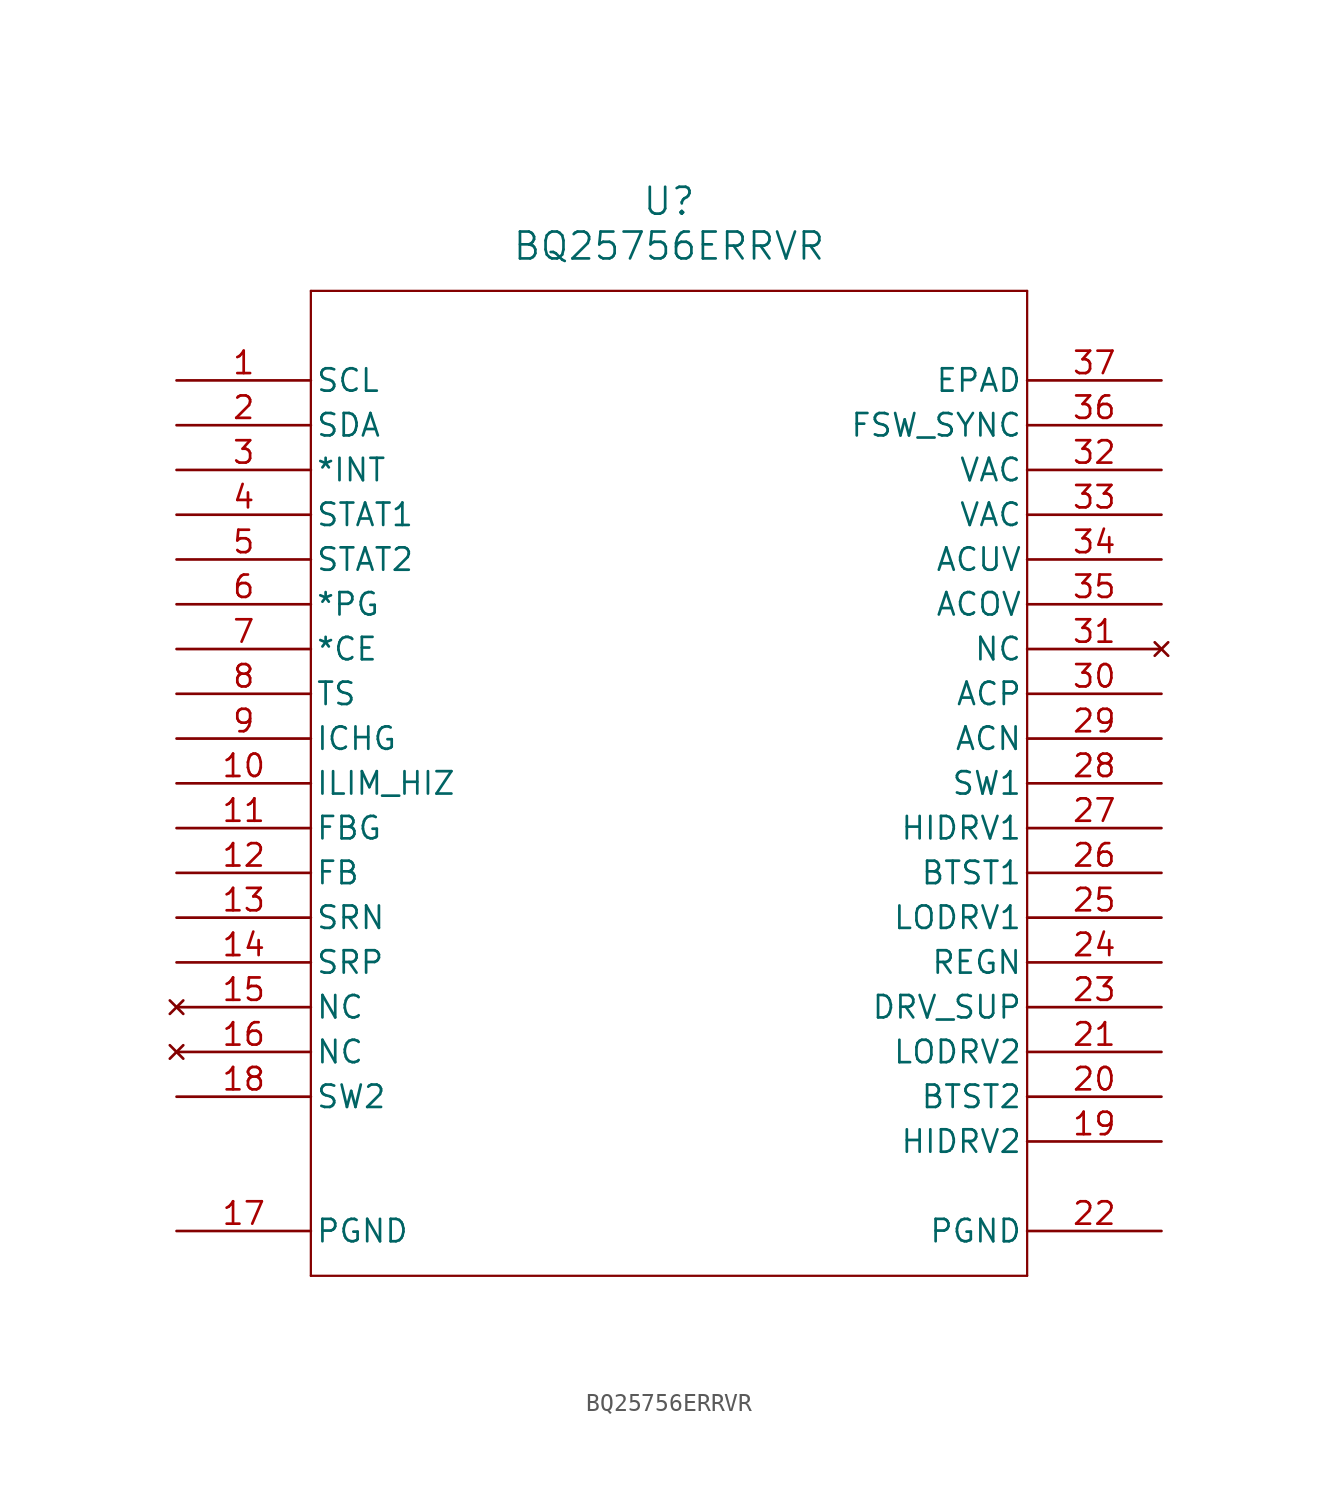
<source format=kicad_sym>
(kicad_symbol_lib
  (version 20241209)
  (generator "kicad_symbol_editor")
  (generator_version "9.0")
  (symbol "BQ25756ERRVR"
    (pin_names
      (offset 0.254))
    (property "Reference" "U"
      (at 27.94 10.16 0)
      (effects (font (size 1.524 1.524))))
    (property "Value" "BQ25756ERRVR"
      (at 27.94 7.62 0)
      (effects (font (size 1.524 1.524))))
    (property "ki_locked" ""
      (at 0 0 0)
      (effects (font (size 1.27 1.27))))
    (symbol "BQ25756ERRVR_0_1"
      (polyline (pts (xy 7.62 5.08) (xy 7.62 -50.8)) (stroke (width 0.127) (type default)) (fill (type none)))
      (polyline (pts (xy 7.62 -50.8) (xy 48.26 -50.8)) (stroke (width 0.127) (type default)) (fill (type none)))
      (polyline (pts (xy 48.26 5.08) (xy 7.62 5.08)) (stroke (width 0.127) (type default)) (fill (type none)))
      (polyline (pts (xy 48.26 -50.8) (xy 48.26 5.08)) (stroke (width 0.127) (type default)) (fill (type none)))
      (pin input line (at 0 0 0) (length 7.62) (name "SCL" (effects (font (size 1.27 1.27)))) (number "1" (effects (font (size 1.27 1.27)))))
      (pin bidirectional line (at 0 -2.54 0) (length 7.62) (name "SDA" (effects (font (size 1.27 1.27)))) (number "2" (effects (font (size 1.27 1.27)))))
      (pin output line (at 0 -5.08 0) (length 7.62) (name "*INT" (effects (font (size 1.27 1.27)))) (number "3" (effects (font (size 1.27 1.27)))))
      (pin output line (at 0 -7.62 0) (length 7.62) (name "STAT1" (effects (font (size 1.27 1.27)))) (number "4" (effects (font (size 1.27 1.27)))))
      (pin output line (at 0 -10.16 0) (length 7.62) (name "STAT2" (effects (font (size 1.27 1.27)))) (number "5" (effects (font (size 1.27 1.27)))))
      (pin output line (at 0 -12.7 0) (length 7.62) (name "*PG" (effects (font (size 1.27 1.27)))) (number "6" (effects (font (size 1.27 1.27)))))
      (pin bidirectional line (at 0 -15.24 0) (length 7.62) (name "*CE" (effects (font (size 1.27 1.27)))) (number "7" (effects (font (size 1.27 1.27)))))
      (pin input line (at 0 -17.78 0) (length 7.62) (name "TS" (effects (font (size 1.27 1.27)))) (number "8" (effects (font (size 1.27 1.27)))))
      (pin input line (at 0 -20.32 0) (length 7.62) (name "ICHG" (effects (font (size 1.27 1.27)))) (number "9" (effects (font (size 1.27 1.27)))))
      (pin input line (at 0 -22.86 0) (length 7.62) (name "ILIM_HIZ" (effects (font (size 1.27 1.27)))) (number "10" (effects (font (size 1.27 1.27)))))
      (pin input line (at 0 -25.4 0) (length 7.62) (name "FBG" (effects (font (size 1.27 1.27)))) (number "11" (effects (font (size 1.27 1.27)))))
      (pin input line (at 0 -27.94 0) (length 7.62) (name "FB" (effects (font (size 1.27 1.27)))) (number "12" (effects (font (size 1.27 1.27)))))
      (pin input line (at 0 -30.48 0) (length 7.62) (name "SRN" (effects (font (size 1.27 1.27)))) (number "13" (effects (font (size 1.27 1.27)))))
      (pin input line (at 0 -33.02 0) (length 7.62) (name "SRP" (effects (font (size 1.27 1.27)))) (number "14" (effects (font (size 1.27 1.27)))))
      (pin no_connect line (at 0 -35.56 0) (length 7.62) (name "NC" (effects (font (size 1.27 1.27)))) (number "15" (effects (font (size 1.27 1.27)))))
      (pin no_connect line (at 0 -38.1 0) (length 7.62) (name "NC" (effects (font (size 1.27 1.27)))) (number "16" (effects (font (size 1.27 1.27)))))
      (pin power_in line (at 0 -40.64 0) (length 7.62) (name "SW2" (effects (font (size 1.27 1.27)))) (number "18" (effects (font (size 1.27 1.27)))))
      (pin power_out line (at 0 -48.26 0) (length 7.62) (name "PGND" (effects (font (size 1.27 1.27)))) (number "17" (effects (font (size 1.27 1.27)))))
      (pin power_out line (at 55.88 0 180) (length 7.62) (name "EPAD" (effects (font (size 1.27 1.27)))) (number "37" (effects (font (size 1.27 1.27)))))
      (pin power_in line (at 55.88 -2.54 180) (length 7.62) (name "FSW_SYNC" (effects (font (size 1.27 1.27)))) (number "36" (effects (font (size 1.27 1.27)))))
      (pin power_in line (at 55.88 -5.08 180) (length 7.62) (name "VAC" (effects (font (size 1.27 1.27)))) (number "32" (effects (font (size 1.27 1.27)))))
      (pin input line (at 55.88 -7.62 180) (length 7.62) (name "VAC" (effects (font (size 1.27 1.27)))) (number "33" (effects (font (size 1.27 1.27)))))
      (pin input line (at 55.88 -10.16 180) (length 7.62) (name "ACUV" (effects (font (size 1.27 1.27)))) (number "34" (effects (font (size 1.27 1.27)))))
      (pin input line (at 55.88 -12.7 180) (length 7.62) (name "ACOV" (effects (font (size 1.27 1.27)))) (number "35" (effects (font (size 1.27 1.27)))))
      (pin no_connect line (at 55.88 -15.24 180) (length 7.62) (name "NC" (effects (font (size 1.27 1.27)))) (number "31" (effects (font (size 1.27 1.27)))))
      (pin input line (at 55.88 -17.78 180) (length 7.62) (name "ACP" (effects (font (size 1.27 1.27)))) (number "30" (effects (font (size 1.27 1.27)))))
      (pin input line (at 55.88 -20.32 180) (length 7.62) (name "ACN" (effects (font (size 1.27 1.27)))) (number "29" (effects (font (size 1.27 1.27)))))
      (pin power_in line (at 55.88 -22.86 180) (length 7.62) (name "SW1" (effects (font (size 1.27 1.27)))) (number "28" (effects (font (size 1.27 1.27)))))
      (pin output line (at 55.88 -25.4 180) (length 7.62) (name "HIDRV1" (effects (font (size 1.27 1.27)))) (number "27" (effects (font (size 1.27 1.27)))))
      (pin power_in line (at 55.88 -27.94 180) (length 7.62) (name "BTST1" (effects (font (size 1.27 1.27)))) (number "26" (effects (font (size 1.27 1.27)))))
      (pin output line (at 55.88 -30.48 180) (length 7.62) (name "LODRV1" (effects (font (size 1.27 1.27)))) (number "25" (effects (font (size 1.27 1.27)))))
      (pin power_in line (at 55.88 -33.02 180) (length 7.62) (name "REGN" (effects (font (size 1.27 1.27)))) (number "24" (effects (font (size 1.27 1.27)))))
      (pin power_in line (at 55.88 -35.56 180) (length 7.62) (name "DRV_SUP" (effects (font (size 1.27 1.27)))) (number "23" (effects (font (size 1.27 1.27)))))
      (pin output line (at 55.88 -38.1 180) (length 7.62) (name "LODRV2" (effects (font (size 1.27 1.27)))) (number "21" (effects (font (size 1.27 1.27)))))
      (pin power_in line (at 55.88 -40.64 180) (length 7.62) (name "BTST2" (effects (font (size 1.27 1.27)))) (number "20" (effects (font (size 1.27 1.27)))))
      (pin output line (at 55.88 -43.18 180) (length 7.62) (name "HIDRV2" (effects (font (size 1.27 1.27)))) (number "19" (effects (font (size 1.27 1.27)))))
      (pin power_in line (at 55.88 -48.26 180) (length 7.62) (name "PGND" (effects (font (size 1.27 1.27)))) (number "22" (effects (font (size 1.27 1.27))))))))
</source>
